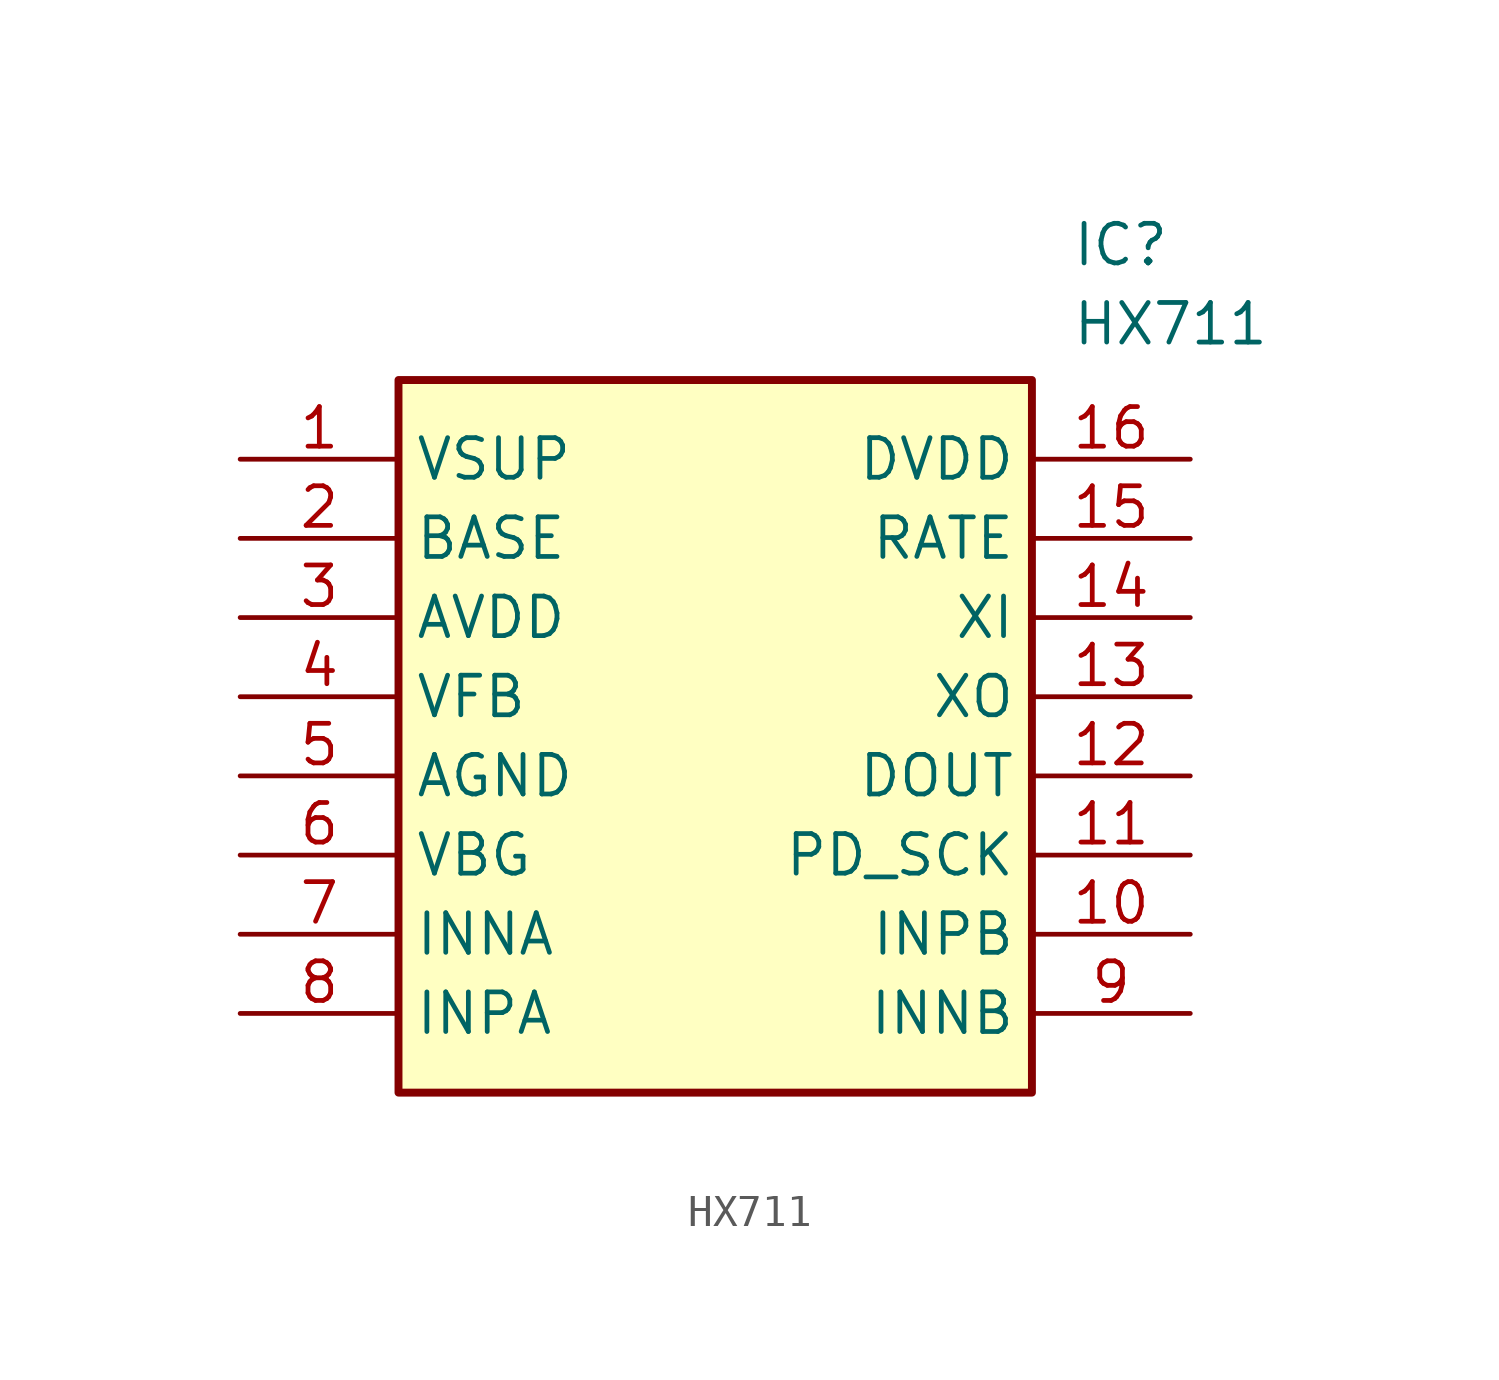
<source format=kicad_sym>
(kicad_symbol_lib
  (version 20211014)
  (generator SamacSys_ECAD_Model)
  (symbol "HX711"
    (property "Reference" "IC"
      (at 26.67 7.62 0)
      (effects (font (size 1.27 1.27)) (justify left top)))
    (property "Value" "HX711"
      (at 26.67 5.08 0)
      (effects (font (size 1.27 1.27)) (justify left top)))
    (rectangle
      (start 5.08 2.54)
      (end 25.4 -20.32)
      (stroke (width 0.254) (type default))
      (fill (type background)))
    (pin passive line
      (at 0 0 0)
      (length 5.08)
      (name "VSUP" (effects (font (size 1.27 1.27))))
      (number "1" (effects (font (size 1.27 1.27)))))
    (pin passive line
      (at 0 -2.54 0)
      (length 5.08)
      (name "BASE" (effects (font (size 1.27 1.27))))
      (number "2" (effects (font (size 1.27 1.27)))))
    (pin passive line
      (at 0 -5.08 0)
      (length 5.08)
      (name "AVDD" (effects (font (size 1.27 1.27))))
      (number "3" (effects (font (size 1.27 1.27)))))
    (pin passive line
      (at 0 -7.62 0)
      (length 5.08)
      (name "VFB" (effects (font (size 1.27 1.27))))
      (number "4" (effects (font (size 1.27 1.27)))))
    (pin passive line
      (at 0 -10.16 0)
      (length 5.08)
      (name "AGND" (effects (font (size 1.27 1.27))))
      (number "5" (effects (font (size 1.27 1.27)))))
    (pin passive line
      (at 0 -12.7 0)
      (length 5.08)
      (name "VBG" (effects (font (size 1.27 1.27))))
      (number "6" (effects (font (size 1.27 1.27)))))
    (pin passive line
      (at 0 -15.24 0)
      (length 5.08)
      (name "INNA" (effects (font (size 1.27 1.27))))
      (number "7" (effects (font (size 1.27 1.27)))))
    (pin passive line
      (at 0 -17.78 0)
      (length 5.08)
      (name "INPA" (effects (font (size 1.27 1.27))))
      (number "8" (effects (font (size 1.27 1.27)))))
    (pin passive line
      (at 30.48 0 180)
      (length 5.08)
      (name "DVDD" (effects (font (size 1.27 1.27))))
      (number "16" (effects (font (size 1.27 1.27)))))
    (pin passive line
      (at 30.48 -2.54 180)
      (length 5.08)
      (name "RATE" (effects (font (size 1.27 1.27))))
      (number "15" (effects (font (size 1.27 1.27)))))
    (pin passive line
      (at 30.48 -5.08 180)
      (length 5.08)
      (name "XI" (effects (font (size 1.27 1.27))))
      (number "14" (effects (font (size 1.27 1.27)))))
    (pin passive line
      (at 30.48 -7.62 180)
      (length 5.08)
      (name "XO" (effects (font (size 1.27 1.27))))
      (number "13" (effects (font (size 1.27 1.27)))))
    (pin passive line
      (at 30.48 -10.16 180)
      (length 5.08)
      (name "DOUT" (effects (font (size 1.27 1.27))))
      (number "12" (effects (font (size 1.27 1.27)))))
    (pin passive line
      (at 30.48 -12.7 180)
      (length 5.08)
      (name "PD_SCK" (effects (font (size 1.27 1.27))))
      (number "11" (effects (font (size 1.27 1.27)))))
    (pin passive line
      (at 30.48 -15.24 180)
      (length 5.08)
      (name "INPB" (effects (font (size 1.27 1.27))))
      (number "10" (effects (font (size 1.27 1.27)))))
    (pin passive line
      (at 30.48 -17.78 180)
      (length 5.08)
      (name "INNB" (effects (font (size 1.27 1.27))))
      (number "9" (effects (font (size 1.27 1.27)))))))
</source>
